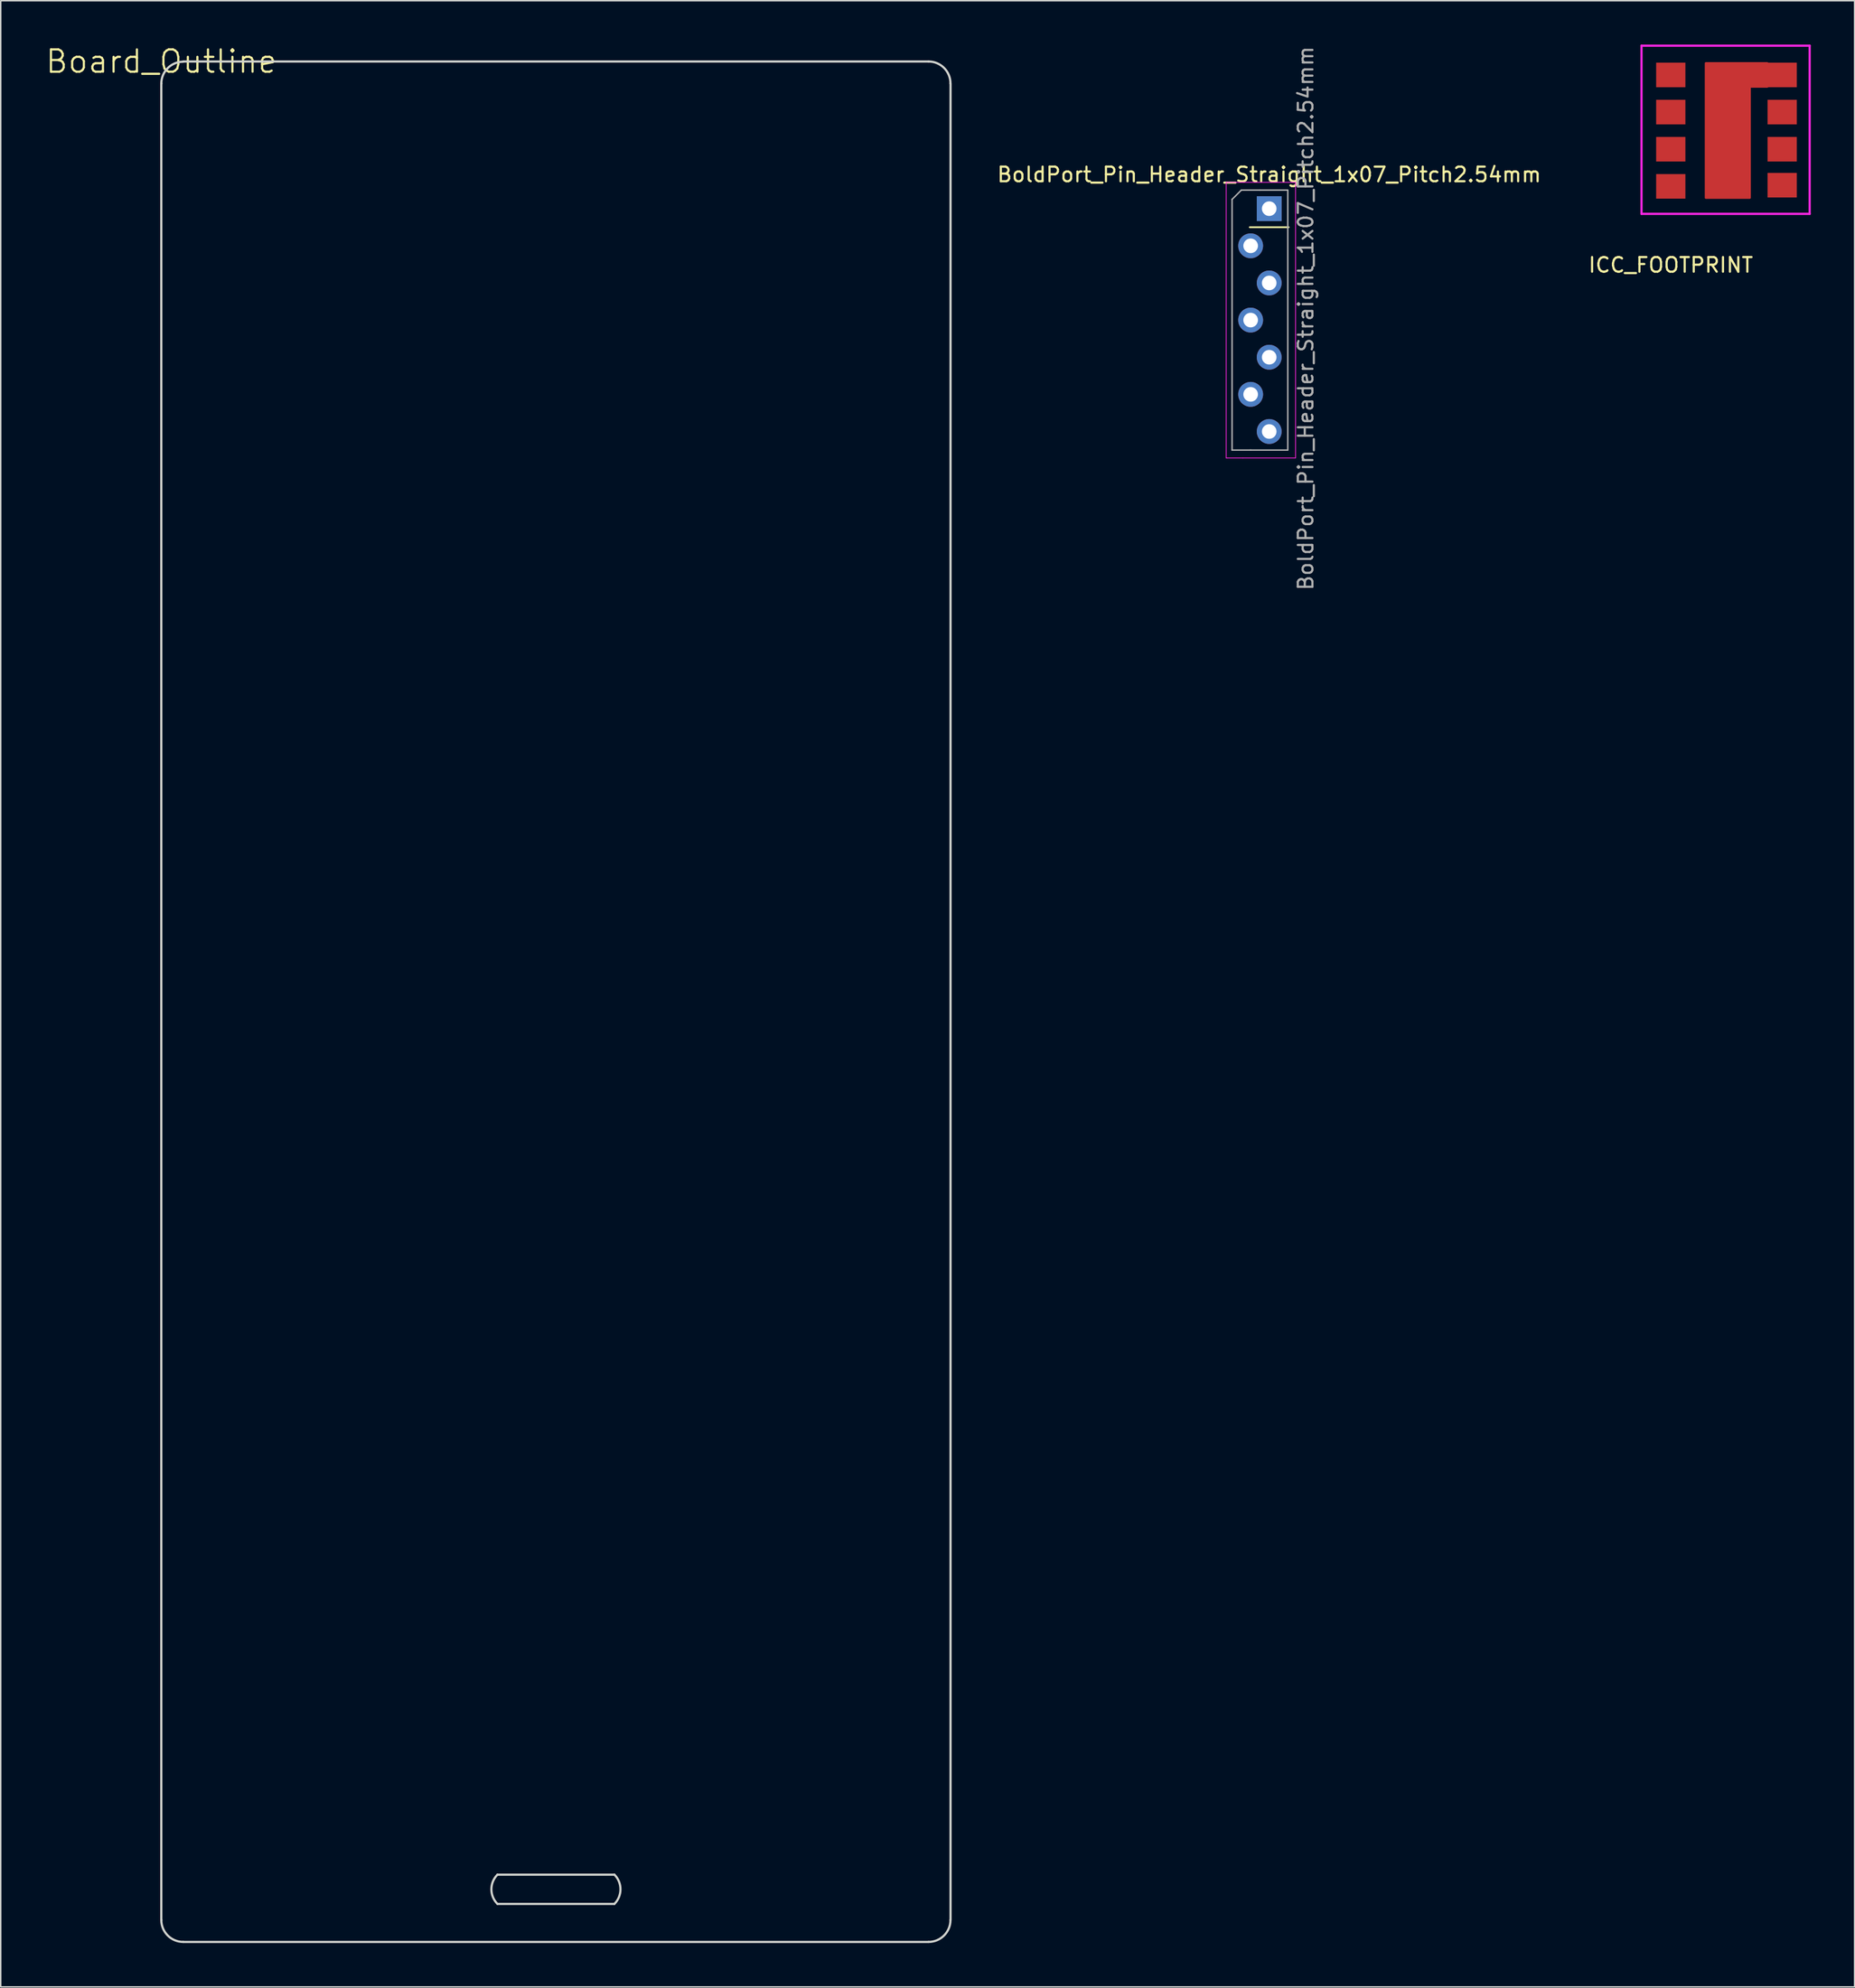
<source format=kicad_pcb>
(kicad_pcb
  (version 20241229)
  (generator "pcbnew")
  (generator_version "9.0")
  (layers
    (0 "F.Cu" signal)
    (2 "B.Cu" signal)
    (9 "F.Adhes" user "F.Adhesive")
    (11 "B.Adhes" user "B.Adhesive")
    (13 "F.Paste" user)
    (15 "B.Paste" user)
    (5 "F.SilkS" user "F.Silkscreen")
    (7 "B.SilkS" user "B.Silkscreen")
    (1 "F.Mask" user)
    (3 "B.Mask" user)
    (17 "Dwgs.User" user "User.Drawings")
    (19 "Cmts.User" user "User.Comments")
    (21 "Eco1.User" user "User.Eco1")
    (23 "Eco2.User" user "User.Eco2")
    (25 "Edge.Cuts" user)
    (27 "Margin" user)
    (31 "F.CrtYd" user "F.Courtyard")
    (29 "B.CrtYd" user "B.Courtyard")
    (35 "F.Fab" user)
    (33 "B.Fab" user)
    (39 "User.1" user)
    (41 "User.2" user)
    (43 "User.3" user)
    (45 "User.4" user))
  (footprint "ICC_FOOTPRINT"
    (layer "F.Cu")
    (at 111.222 2.075)
    (property "Reference" "ICC_FOOTPRINT" (at 0 13 0) (layer "F.SilkS") (effects (font (size 1 1) (thickness 0.15))))
    (attr through_hole)
    (fp_poly (pts (xy 6.6 -0.8) (xy 2.4 -0.8) (xy 2.4 8.4) (xy 5.4 8.4) (xy 5.4 0.8) (xy 6.6 0.8) (xy 6.6 -0.8)) (stroke (width 0.15) (type solid)) (fill yes) (layer "F.Cu"))
    (fp_poly (pts (xy 2 -1) (xy 2 8.5) (xy 6 8.5) (xy 6 -1)) (stroke (width 0.15) (type solid)) (fill yes) (layer "F.Mask"))
    (fp_line (start -2 -2) (end -2 9.5) (stroke (width 0.15) (type solid)) (layer "F.CrtYd"))
    (fp_line (start -2 9.5) (end 9.5 9.5) (stroke (width 0.15) (type solid)) (layer "F.CrtYd"))
    (fp_line (start 9.5 -2) (end -2 -2) (stroke (width 0.15) (type solid)) (layer "F.CrtYd"))
    (fp_line (start 9.5 9.5) (end 9.5 -2) (stroke (width 0.15) (type solid)) (layer "F.CrtYd"))
    (pad "1" smd rect (at 0 0) (size 2 1.68) (layers "F.Cu" "F.Mask" "F.Paste"))
    (pad "2" smd rect (at 0 2.54) (size 2 1.68) (layers "F.Cu" "F.Mask" "F.Paste"))
    (pad "3" smd rect (at 0 5.08) (size 2 1.68) (layers "F.Cu" "F.Mask" "F.Paste"))
    (pad "4" smd rect (at 0 7.62) (size 2 1.68) (layers "F.Cu" "F.Mask" "F.Paste"))
    (pad "5" smd rect (at 7.62 0) (size 2 1.68) (layers "F.Cu" "F.Mask" "F.Paste"))
    (pad "6" smd rect (at 7.62 2.54) (size 2 1.68) (layers "F.Cu" "F.Mask" "F.Paste"))
    (pad "7" smd rect (at 7.62 5.08) (size 2 1.68) (layers "F.Cu" "F.Mask" "F.Paste"))
    (pad "8" smd rect (at 7.62 7.54) (size 2 1.68) (layers "F.Cu" "F.Mask" "F.Paste")))
  (footprint "Board_Outline"
    (layer "F.Cu")
    (at 7.983 1.155)
    (property "Reference" "Board_Outline" (at 0 0 0) (layer "F.SilkS") (effects (font (size 1.524 1.524) (thickness 0.15))))
    (attr through_hole)
    (fp_line (start 0 1.5) (end 0 127.1) (stroke (width 0.15) (type solid)) (layer "Edge.Cuts"))
    (fp_line (start 1.5 0) (end 52.48 0) (stroke (width 0.15) (type solid)) (layer "Edge.Cuts"))
    (fp_line (start 1.5 128.6) (end 52.48 128.6) (stroke (width 0.15) (type solid)) (layer "Edge.Cuts"))
    (fp_line (start 22.99 124) (end 30.99 124) (stroke (width 0.15) (type solid)) (layer "Edge.Cuts"))
    (fp_line (start 22.99 126) (end 30.99 126) (stroke (width 0.15) (type solid)) (layer "Edge.Cuts"))
    (fp_line (start 53.98 1.5) (end 53.98 127.1) (stroke (width 0.15) (type solid)) (layer "Edge.Cuts"))
    (fp_arc (start 0 1.5125) (mid 0.438608 0.453608) (end 1.4975 0.015) (stroke (width 0.15) (type solid)) (layer "Edge.Cuts"))
    (fp_arc (start 1.5 128.6) (mid 0.43934 128.16066) (end 0 127.1) (stroke (width 0.15) (type solid)) (layer "Edge.Cuts"))
    (fp_arc (start 22.99 126) (mid 22.575786 125) (end 22.99 124) (stroke (width 0.15) (type solid)) (layer "Edge.Cuts"))
    (fp_arc (start 30.99 124) (mid 31.404214 125) (end 30.99 126) (stroke (width 0.15) (type solid)) (layer "Edge.Cuts"))
    (fp_arc (start 52.475 0) (mid 53.53566 0.43934) (end 53.975 1.5) (stroke (width 0.15) (type solid)) (layer "Edge.Cuts"))
    (fp_arc (start 53.975 127.1) (mid 53.53566 128.16066) (end 52.475 128.6) (stroke (width 0.15) (type solid)) (layer "Edge.Cuts")))
  (footprint "BoldPort_Pin_Header_Straight_1x07_Pitch2.54mm"
    (layer "F.Cu")
    (at 83.758 11.22)
    (property "Reference" "BoldPort_Pin_Header_Straight_1x07_Pitch2.54mm" (at 0 -2.33 0) (layer "F.SilkS") (effects (font (size 1 1) (thickness 0.15))))
    (attr through_hole)
    (fp_line (start -1.33 1.27) (end 1.33 1.27) (stroke (width 0.12) (type solid)) (layer "F.SilkS"))
    (fp_line (start -2.943 -1.8) (end -2.943 17.05) (stroke (width 0.05) (type solid)) (layer "F.CrtYd"))
    (fp_line (start -2.88 17.05) (end -2.94 17.05) (stroke (width 0.05) (type solid)) (layer "F.CrtYd"))
    (fp_line (start -1.8 17.05) (end -2.89 17.05) (stroke (width 0.05) (type solid)) (layer "F.CrtYd"))
    (fp_line (start -1.8 17.05) (end 1.8 17.05) (stroke (width 0.05) (type solid)) (layer "F.CrtYd"))
    (fp_line (start -1.798 -1.801) (end -2.941 -1.801) (stroke (width 0.05) (type solid)) (layer "F.CrtYd"))
    (fp_line (start 1.8 -1.8) (end -1.8 -1.8) (stroke (width 0.05) (type solid)) (layer "F.CrtYd"))
    (fp_line (start 1.8 17.05) (end 1.8 -1.8) (stroke (width 0.05) (type solid)) (layer "F.CrtYd"))
    (fp_line (start -2.54 -0.635) (end -1.905 -1.27) (stroke (width 0.1) (type solid)) (layer "F.Fab"))
    (fp_line (start -2.54 16.51) (end -2.54 -0.635) (stroke (width 0.1) (type solid)) (layer "F.Fab"))
    (fp_line (start -1.27 16.51) (end -2.54 16.51) (stroke (width 0.1) (type solid)) (layer "F.Fab"))
    (fp_line (start -0.635 -1.27) (end -1.905 -1.27) (stroke (width 0.1) (type solid)) (layer "F.Fab"))
    (fp_line (start -0.635 -1.27) (end 1.27 -1.27) (stroke (width 0.1) (type solid)) (layer "F.Fab"))
    (fp_line (start 1.27 -1.27) (end 1.27 16.51) (stroke (width 0.1) (type solid)) (layer "F.Fab"))
    (fp_line (start 1.27 16.51) (end -1.27 16.51) (stroke (width 0.1) (type solid)) (layer "F.Fab"))
    (fp_text user "${REFERENCE}" (at 2.5 7.5 90) (layer "F.Fab") (effects (font (size 1 1) (thickness 0.15))))
    (pad "1" thru_hole rect (at 0 0) (size 1.7 1.7) (drill 1) (layers "*.Cu" "*.Mask"))
    (pad "2" thru_hole oval (at -1.27 2.54) (size 1.7 1.7) (drill 1) (layers "*.Cu" "*.Mask"))
    (pad "3" thru_hole oval (at 0 5.08) (size 1.7 1.7) (drill 1) (layers "*.Cu" "*.Mask"))
    (pad "4" thru_hole oval (at -1.27 7.62) (size 1.7 1.7) (drill 1) (layers "*.Cu" "*.Mask"))
    (pad "5" thru_hole oval (at 0 10.16) (size 1.7 1.7) (drill 1) (layers "*.Cu" "*.Mask"))
    (pad "6" thru_hole oval (at -1.27 12.7) (size 1.7 1.7) (drill 1) (layers "*.Cu" "*.Mask"))
    (pad "7" thru_hole oval (at 0 15.24) (size 1.7 1.7) (drill 1) (layers "*.Cu" "*.Mask")))
  (gr_rect
    (start -3 -3)
    (end 123.797 132.83)
    (stroke (width 0.1) (type default))
    (fill no)
    (layer "Edge.Cuts")))
</source>
